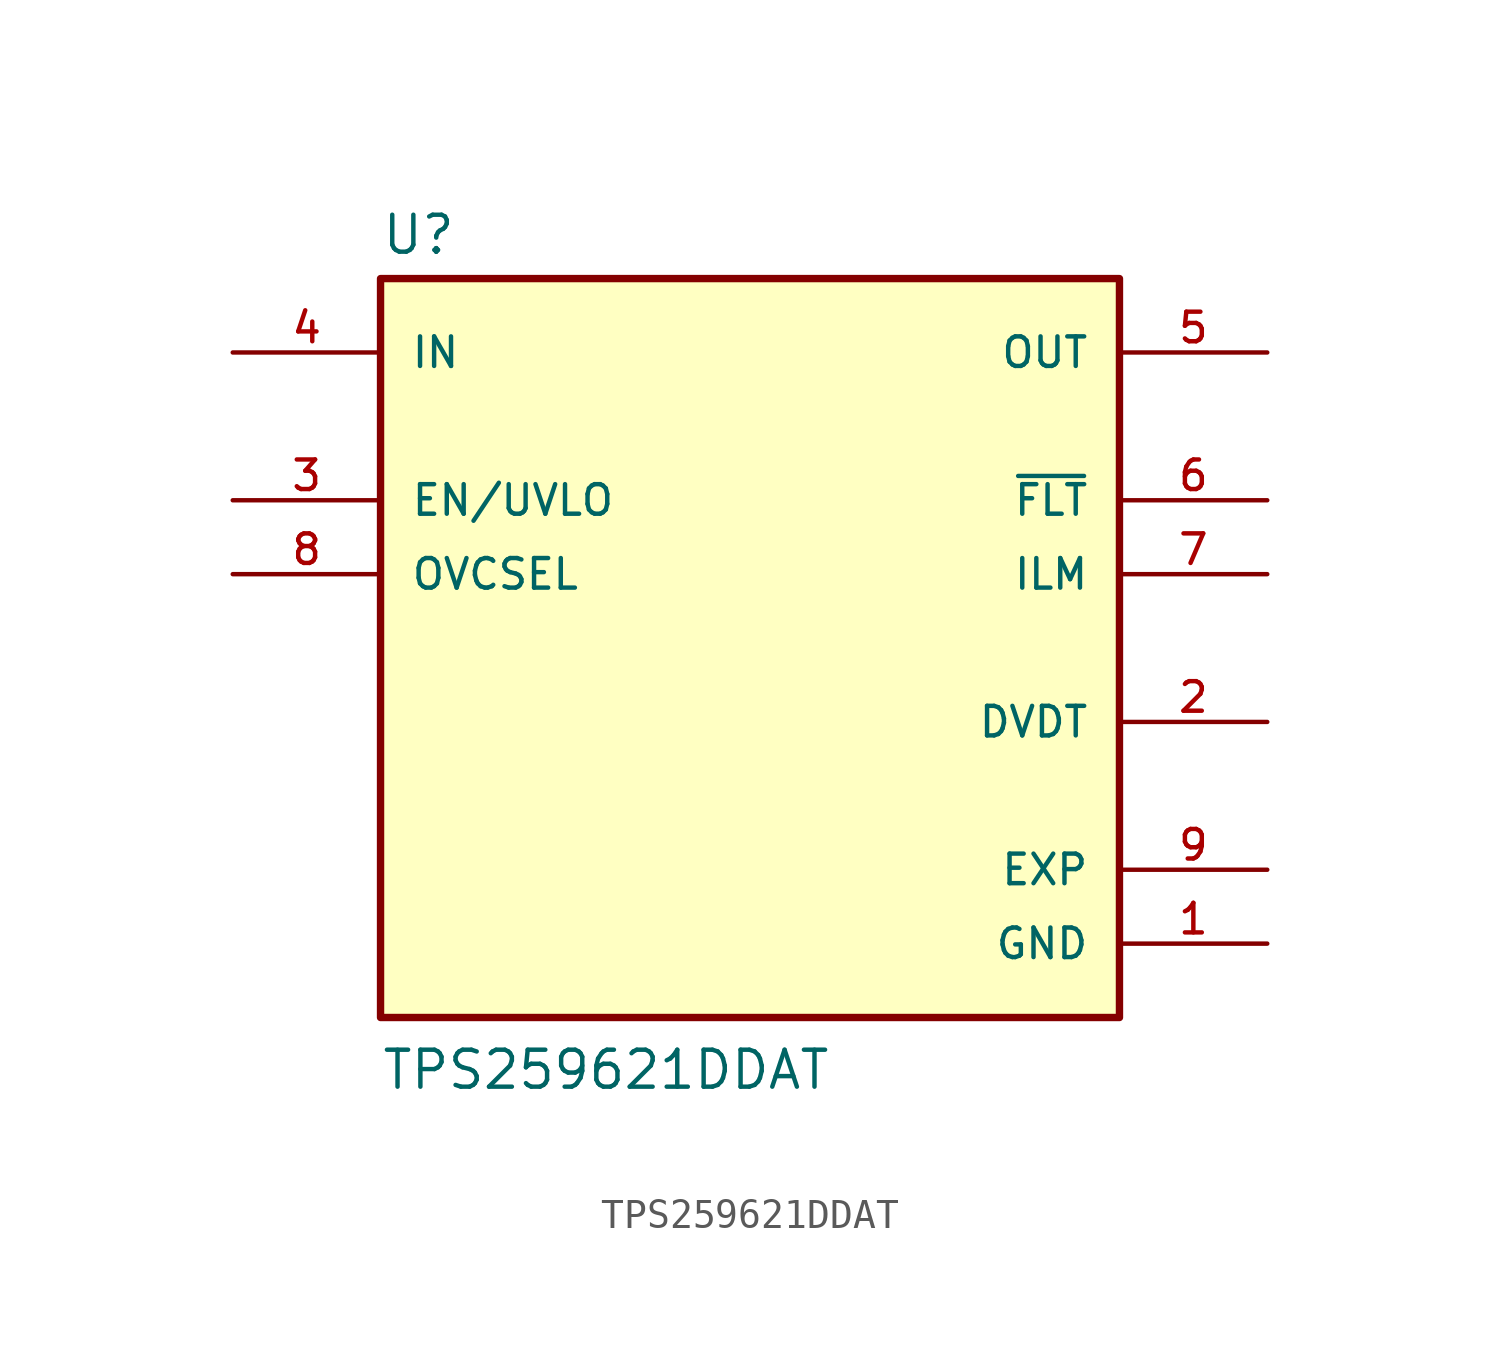
<source format=kicad_sym>
(kicad_symbol_lib
  (version 20220914)
  (generator kicad_symbol_editor)
  (symbol "TPS259621DDAT"
    (pin_names
      (offset 1.016))
    (property "Reference" "U"
      (at -12.7 13.462 0)
      (effects (font (size 1.27 1.27)) (justify left bottom)))
    (property "Value" "TPS259621DDAT"
      (at -12.7 -15.24 0)
      (effects (font (size 1.27 1.27)) (justify left bottom)))
    (symbol "TPS259621DDAT_0_0"
      (rectangle (start -12.7 12.7) (end 12.7 -12.7) (stroke (width 0.254) (type default)) (fill (type background)))
      (pin power_in line (at 17.78 -10.16 180) (length 5.08) (name "GND" (effects (font (size 1.016 1.016)))) (number "1" (effects (font (size 1.016 1.016)))))
      (pin output line (at 17.78 -2.54 180) (length 5.08) (name "DVDT" (effects (font (size 1.016 1.016)))) (number "2" (effects (font (size 1.016 1.016)))))
      (pin input line (at -17.78 5.08 0) (length 5.08) (name "EN/UVLO" (effects (font (size 1.016 1.016)))) (number "3" (effects (font (size 1.016 1.016)))))
      (pin input line (at -17.78 10.16 0) (length 5.08) (name "IN" (effects (font (size 1.016 1.016)))) (number "4" (effects (font (size 1.016 1.016)))))
      (pin output line (at 17.78 10.16 180) (length 5.08) (name "OUT" (effects (font (size 1.016 1.016)))) (number "5" (effects (font (size 1.016 1.016)))))
      (pin output line (at 17.78 5.08 180) (length 5.08) (name "~{FLT}" (effects (font (size 1.016 1.016)))) (number "6" (effects (font (size 1.016 1.016)))))
      (pin output line (at 17.78 2.54 180) (length 5.08) (name "ILM" (effects (font (size 1.016 1.016)))) (number "7" (effects (font (size 1.016 1.016)))))
      (pin input line (at -17.78 2.54 0) (length 5.08) (name "OVCSEL" (effects (font (size 1.016 1.016)))) (number "8" (effects (font (size 1.016 1.016)))))
      (pin power_in line (at 17.78 -7.62 180) (length 5.08) (name "EXP" (effects (font (size 1.016 1.016)))) (number "9" (effects (font (size 1.016 1.016))))))))
</source>
